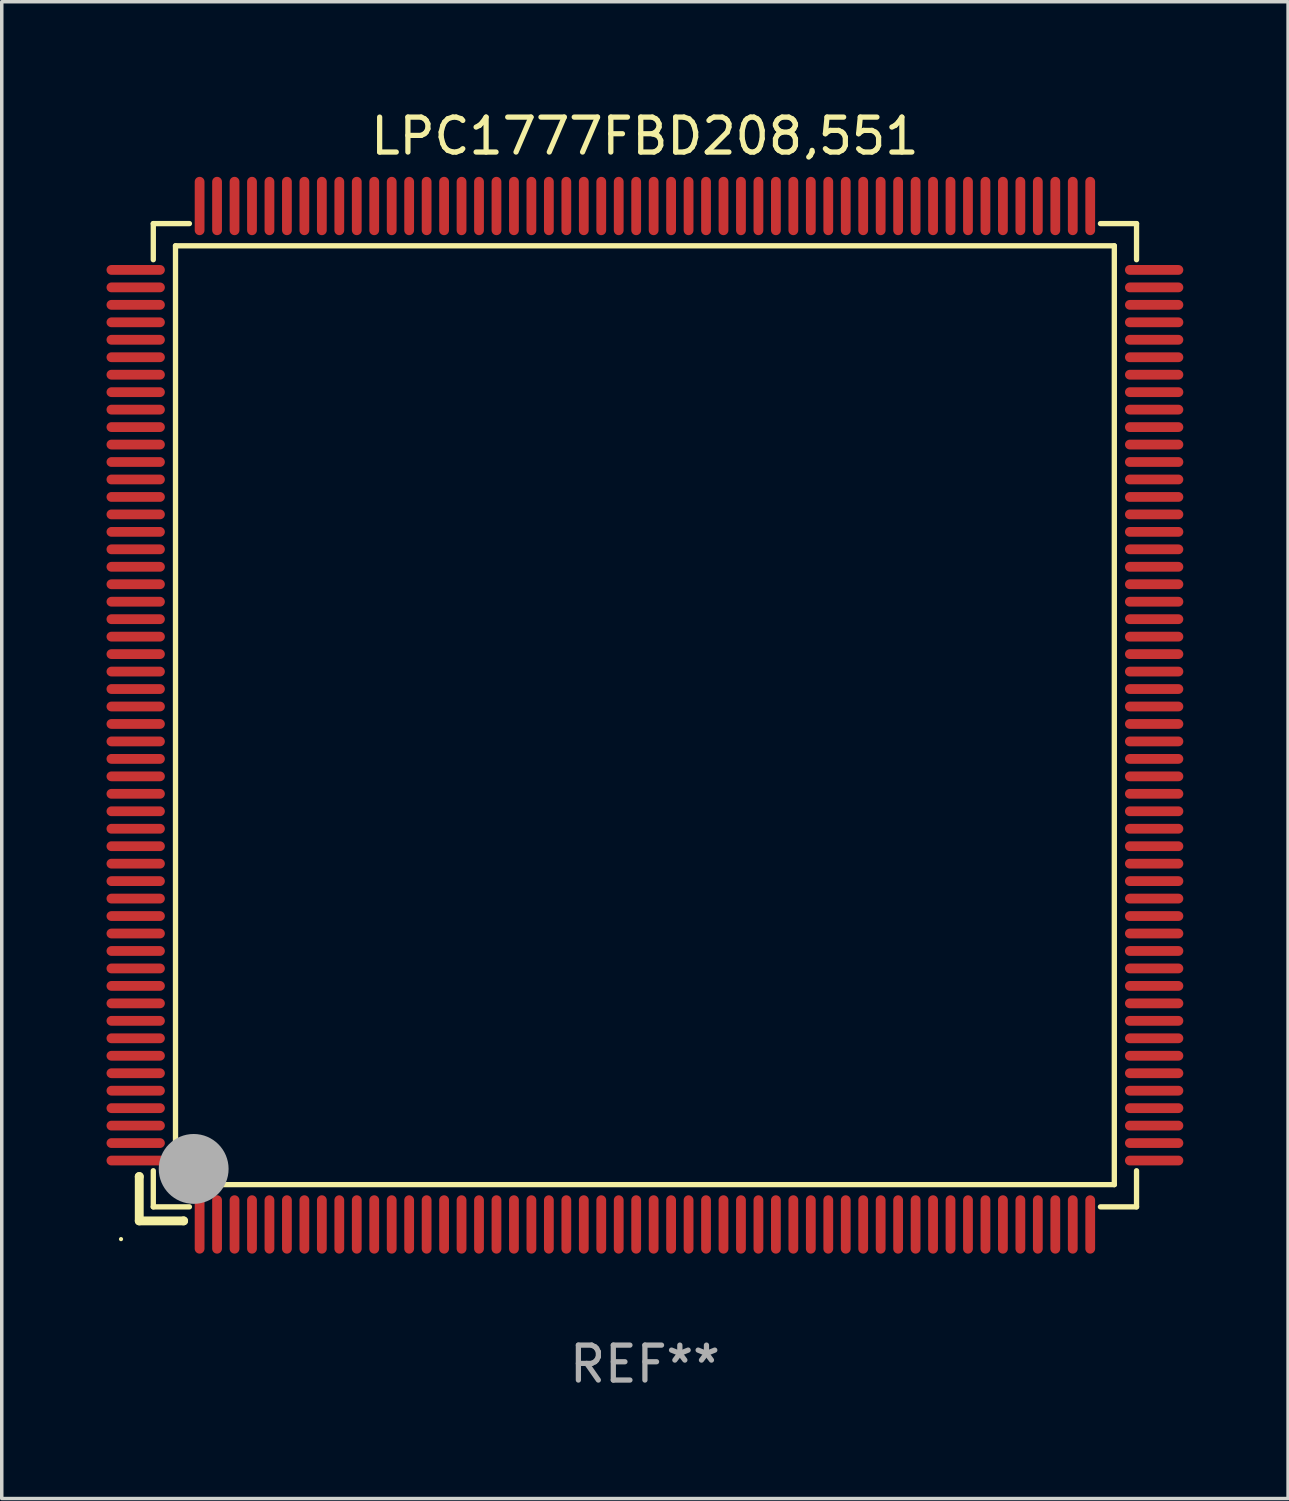
<source format=kicad_pcb>
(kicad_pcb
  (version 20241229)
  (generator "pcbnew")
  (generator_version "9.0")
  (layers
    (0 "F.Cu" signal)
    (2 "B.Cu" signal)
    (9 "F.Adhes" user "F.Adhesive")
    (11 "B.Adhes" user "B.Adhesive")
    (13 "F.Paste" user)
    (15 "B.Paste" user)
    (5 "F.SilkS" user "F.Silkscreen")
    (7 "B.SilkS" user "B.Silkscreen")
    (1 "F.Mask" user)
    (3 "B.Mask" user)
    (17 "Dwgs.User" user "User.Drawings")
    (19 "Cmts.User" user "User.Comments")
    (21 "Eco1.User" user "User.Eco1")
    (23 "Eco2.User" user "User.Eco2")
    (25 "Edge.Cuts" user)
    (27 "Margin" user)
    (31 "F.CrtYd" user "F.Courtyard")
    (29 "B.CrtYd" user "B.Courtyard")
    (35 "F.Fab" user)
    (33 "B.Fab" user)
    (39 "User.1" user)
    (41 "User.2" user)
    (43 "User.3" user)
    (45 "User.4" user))
  (footprint "LPC1777FBD208,551"
    (layer "F.Cu")
    (at 15.415 17.428)
    (property "Reference" "LPC1777FBD208,551" (at 0 -16.58 0) (layer "F.SilkS") (effects (font (size 1 1) (thickness 0.15))))
    (attr through_hole)
    (fp_line (start -14.478 13.208) (end -14.478 13.208) (stroke (width 0.254) (type solid)) (layer "F.SilkS"))
    (fp_line (start -14.478 13.208) (end -14.478 14.478) (stroke (width 0.254) (type solid)) (layer "F.SilkS"))
    (fp_line (start -14.478 14.478) (end -13.208 14.478) (stroke (width 0.254) (type solid)) (layer "F.SilkS"))
    (fp_line (start -14.076 -14.076) (end -14.076 -13.042) (stroke (width 0.152) (type solid)) (layer "F.SilkS"))
    (fp_line (start -14.076 14.076) (end -14.076 13.042) (stroke (width 0.152) (type solid)) (layer "F.SilkS"))
    (fp_line (start -13.44 -13.44) (end 13.44 -13.44) (stroke (width 0.152) (type solid)) (layer "F.SilkS"))
    (fp_line (start -13.44 13.44) (end -13.44 -13.44) (stroke (width 0.152) (type solid)) (layer "F.SilkS"))
    (fp_line (start -13.208 14.478) (end -13.208 14.478) (stroke (width 0.254) (type solid)) (layer "F.SilkS"))
    (fp_line (start -13.042 -14.076) (end -14.076 -14.076) (stroke (width 0.152) (type solid)) (layer "F.SilkS"))
    (fp_line (start -13.042 14.076) (end -14.076 14.076) (stroke (width 0.152) (type solid)) (layer "F.SilkS"))
    (fp_line (start 13.042 -14.076) (end 14.076 -14.076) (stroke (width 0.152) (type solid)) (layer "F.SilkS"))
    (fp_line (start 13.042 14.076) (end 14.076 14.076) (stroke (width 0.152) (type solid)) (layer "F.SilkS"))
    (fp_line (start 13.44 -13.44) (end 13.44 13.44) (stroke (width 0.152) (type solid)) (layer "F.SilkS"))
    (fp_line (start 13.44 13.44) (end -13.44 13.44) (stroke (width 0.152) (type solid)) (layer "F.SilkS"))
    (fp_line (start 14.076 -14.076) (end 14.076 -13.042) (stroke (width 0.152) (type solid)) (layer "F.SilkS"))
    (fp_line (start 14.076 14.076) (end 14.076 13.042) (stroke (width 0.152) (type solid)) (layer "F.SilkS"))
    (fp_circle (center -15 15) (end -14.97 15) (stroke (width 0.06) (type solid)) (fill no) (layer "F.SilkS"))
    (fp_circle (center -13.138 13.138) (end -13.063 13.138) (stroke (width 0.15) (type solid)) (fill no) (layer "F.SilkS"))
    (fp_circle (center -12.92 12.99) (end -12.42 12.99) (stroke (width 1) (type solid)) (fill no) (layer "F.Fab"))
    (fp_text user "REF**" (at 0 18.58 0) (layer "F.Fab") (effects (font (size 1 1) (thickness 0.15))))
    (pad "1" smd oval (at -12.75 14.58) (size 0.28 1.67) (layers "F.Cu" "F.Mask" "F.Paste"))
    (pad "2" smd oval (at -12.25 14.58) (size 0.28 1.67) (layers "F.Cu" "F.Mask" "F.Paste"))
    (pad "3" smd oval (at -11.75 14.58) (size 0.28 1.67) (layers "F.Cu" "F.Mask" "F.Paste"))
    (pad "4" smd oval (at -11.25 14.58) (size 0.28 1.67) (layers "F.Cu" "F.Mask" "F.Paste"))
    (pad "5" smd oval (at -10.75 14.58) (size 0.28 1.67) (layers "F.Cu" "F.Mask" "F.Paste"))
    (pad "6" smd oval (at -10.25 14.58) (size 0.28 1.67) (layers "F.Cu" "F.Mask" "F.Paste"))
    (pad "7" smd oval (at -9.75 14.58) (size 0.28 1.67) (layers "F.Cu" "F.Mask" "F.Paste"))
    (pad "8" smd oval (at -9.25 14.58) (size 0.28 1.67) (layers "F.Cu" "F.Mask" "F.Paste"))
    (pad "9" smd oval (at -8.75 14.58) (size 0.28 1.67) (layers "F.Cu" "F.Mask" "F.Paste"))
    (pad "10" smd oval (at -8.25 14.58) (size 0.28 1.67) (layers "F.Cu" "F.Mask" "F.Paste"))
    (pad "11" smd oval (at -7.75 14.58) (size 0.28 1.67) (layers "F.Cu" "F.Mask" "F.Paste"))
    (pad "12" smd oval (at -7.25 14.58) (size 0.28 1.67) (layers "F.Cu" "F.Mask" "F.Paste"))
    (pad "13" smd oval (at -6.75 14.58) (size 0.28 1.67) (layers "F.Cu" "F.Mask" "F.Paste"))
    (pad "14" smd oval (at -6.25 14.58) (size 0.28 1.67) (layers "F.Cu" "F.Mask" "F.Paste"))
    (pad "15" smd oval (at -5.75 14.58) (size 0.28 1.67) (layers "F.Cu" "F.Mask" "F.Paste"))
    (pad "16" smd oval (at -5.25 14.58) (size 0.28 1.67) (layers "F.Cu" "F.Mask" "F.Paste"))
    (pad "17" smd oval (at -4.75 14.58) (size 0.28 1.67) (layers "F.Cu" "F.Mask" "F.Paste"))
    (pad "18" smd oval (at -4.25 14.58) (size 0.28 1.67) (layers "F.Cu" "F.Mask" "F.Paste"))
    (pad "19" smd oval (at -3.75 14.58) (size 0.28 1.67) (layers "F.Cu" "F.Mask" "F.Paste"))
    (pad "20" smd oval (at -3.25 14.58) (size 0.28 1.67) (layers "F.Cu" "F.Mask" "F.Paste"))
    (pad "21" smd oval (at -2.75 14.58) (size 0.28 1.67) (layers "F.Cu" "F.Mask" "F.Paste"))
    (pad "22" smd oval (at -2.25 14.58) (size 0.28 1.67) (layers "F.Cu" "F.Mask" "F.Paste"))
    (pad "23" smd oval (at -1.75 14.58) (size 0.28 1.67) (layers "F.Cu" "F.Mask" "F.Paste"))
    (pad "24" smd oval (at -1.25 14.58) (size 0.28 1.67) (layers "F.Cu" "F.Mask" "F.Paste"))
    (pad "25" smd oval (at -0.75 14.58) (size 0.28 1.67) (layers "F.Cu" "F.Mask" "F.Paste"))
    (pad "26" smd oval (at -0.25 14.58) (size 0.28 1.67) (layers "F.Cu" "F.Mask" "F.Paste"))
    (pad "27" smd oval (at 0.25 14.58) (size 0.28 1.67) (layers "F.Cu" "F.Mask" "F.Paste"))
    (pad "28" smd oval (at 0.75 14.58) (size 0.28 1.67) (layers "F.Cu" "F.Mask" "F.Paste"))
    (pad "29" smd oval (at 1.25 14.58) (size 0.28 1.67) (layers "F.Cu" "F.Mask" "F.Paste"))
    (pad "30" smd oval (at 1.75 14.58) (size 0.28 1.67) (layers "F.Cu" "F.Mask" "F.Paste"))
    (pad "31" smd oval (at 2.25 14.58) (size 0.28 1.67) (layers "F.Cu" "F.Mask" "F.Paste"))
    (pad "32" smd oval (at 2.75 14.58) (size 0.28 1.67) (layers "F.Cu" "F.Mask" "F.Paste"))
    (pad "33" smd oval (at 3.25 14.58) (size 0.28 1.67) (layers "F.Cu" "F.Mask" "F.Paste"))
    (pad "34" smd oval (at 3.75 14.58) (size 0.28 1.67) (layers "F.Cu" "F.Mask" "F.Paste"))
    (pad "35" smd oval (at 4.25 14.58) (size 0.28 1.67) (layers "F.Cu" "F.Mask" "F.Paste"))
    (pad "36" smd oval (at 4.75 14.58) (size 0.28 1.67) (layers "F.Cu" "F.Mask" "F.Paste"))
    (pad "37" smd oval (at 5.25 14.58) (size 0.28 1.67) (layers "F.Cu" "F.Mask" "F.Paste"))
    (pad "38" smd oval (at 5.75 14.58) (size 0.28 1.67) (layers "F.Cu" "F.Mask" "F.Paste"))
    (pad "39" smd oval (at 6.25 14.58) (size 0.28 1.67) (layers "F.Cu" "F.Mask" "F.Paste"))
    (pad "40" smd oval (at 6.75 14.58) (size 0.28 1.67) (layers "F.Cu" "F.Mask" "F.Paste"))
    (pad "41" smd oval (at 7.25 14.58) (size 0.28 1.67) (layers "F.Cu" "F.Mask" "F.Paste"))
    (pad "42" smd oval (at 7.75 14.58) (size 0.28 1.67) (layers "F.Cu" "F.Mask" "F.Paste"))
    (pad "43" smd oval (at 8.25 14.58) (size 0.28 1.67) (layers "F.Cu" "F.Mask" "F.Paste"))
    (pad "44" smd oval (at 8.75 14.58) (size 0.28 1.67) (layers "F.Cu" "F.Mask" "F.Paste"))
    (pad "45" smd oval (at 9.25 14.58) (size 0.28 1.67) (layers "F.Cu" "F.Mask" "F.Paste"))
    (pad "46" smd oval (at 9.75 14.58) (size 0.28 1.67) (layers "F.Cu" "F.Mask" "F.Paste"))
    (pad "47" smd oval (at 10.25 14.58) (size 0.28 1.67) (layers "F.Cu" "F.Mask" "F.Paste"))
    (pad "48" smd oval (at 10.75 14.58) (size 0.28 1.67) (layers "F.Cu" "F.Mask" "F.Paste"))
    (pad "49" smd oval (at 11.25 14.58) (size 0.28 1.67) (layers "F.Cu" "F.Mask" "F.Paste"))
    (pad "50" smd oval (at 11.75 14.58) (size 0.28 1.67) (layers "F.Cu" "F.Mask" "F.Paste"))
    (pad "51" smd oval (at 12.25 14.58) (size 0.28 1.67) (layers "F.Cu" "F.Mask" "F.Paste"))
    (pad "52" smd oval (at 12.75 14.58) (size 0.28 1.67) (layers "F.Cu" "F.Mask" "F.Paste"))
    (pad "53" smd oval (at 14.58 12.75) (size 1.67 0.28) (layers "F.Cu" "F.Mask" "F.Paste"))
    (pad "54" smd oval (at 14.58 12.25) (size 1.67 0.28) (layers "F.Cu" "F.Mask" "F.Paste"))
    (pad "55" smd oval (at 14.58 11.75) (size 1.67 0.28) (layers "F.Cu" "F.Mask" "F.Paste"))
    (pad "56" smd oval (at 14.58 11.25) (size 1.67 0.28) (layers "F.Cu" "F.Mask" "F.Paste"))
    (pad "57" smd oval (at 14.58 10.75) (size 1.67 0.28) (layers "F.Cu" "F.Mask" "F.Paste"))
    (pad "58" smd oval (at 14.58 10.25) (size 1.67 0.28) (layers "F.Cu" "F.Mask" "F.Paste"))
    (pad "59" smd oval (at 14.58 9.75) (size 1.67 0.28) (layers "F.Cu" "F.Mask" "F.Paste"))
    (pad "60" smd oval (at 14.58 9.25) (size 1.67 0.28) (layers "F.Cu" "F.Mask" "F.Paste"))
    (pad "61" smd oval (at 14.58 8.75) (size 1.67 0.28) (layers "F.Cu" "F.Mask" "F.Paste"))
    (pad "62" smd oval (at 14.58 8.25) (size 1.67 0.28) (layers "F.Cu" "F.Mask" "F.Paste"))
    (pad "63" smd oval (at 14.58 7.75) (size 1.67 0.28) (layers "F.Cu" "F.Mask" "F.Paste"))
    (pad "64" smd oval (at 14.58 7.25) (size 1.67 0.28) (layers "F.Cu" "F.Mask" "F.Paste"))
    (pad "65" smd oval (at 14.58 6.75) (size 1.67 0.28) (layers "F.Cu" "F.Mask" "F.Paste"))
    (pad "66" smd oval (at 14.58 6.25) (size 1.67 0.28) (layers "F.Cu" "F.Mask" "F.Paste"))
    (pad "67" smd oval (at 14.58 5.75) (size 1.67 0.28) (layers "F.Cu" "F.Mask" "F.Paste"))
    (pad "68" smd oval (at 14.58 5.25) (size 1.67 0.28) (layers "F.Cu" "F.Mask" "F.Paste"))
    (pad "69" smd oval (at 14.58 4.75) (size 1.67 0.28) (layers "F.Cu" "F.Mask" "F.Paste"))
    (pad "70" smd oval (at 14.58 4.25) (size 1.67 0.28) (layers "F.Cu" "F.Mask" "F.Paste"))
    (pad "71" smd oval (at 14.58 3.75) (size 1.67 0.28) (layers "F.Cu" "F.Mask" "F.Paste"))
    (pad "72" smd oval (at 14.58 3.25) (size 1.67 0.28) (layers "F.Cu" "F.Mask" "F.Paste"))
    (pad "73" smd oval (at 14.58 2.75) (size 1.67 0.28) (layers "F.Cu" "F.Mask" "F.Paste"))
    (pad "74" smd oval (at 14.58 2.25) (size 1.67 0.28) (layers "F.Cu" "F.Mask" "F.Paste"))
    (pad "75" smd oval (at 14.58 1.75) (size 1.67 0.28) (layers "F.Cu" "F.Mask" "F.Paste"))
    (pad "76" smd oval (at 14.58 1.25) (size 1.67 0.28) (layers "F.Cu" "F.Mask" "F.Paste"))
    (pad "77" smd oval (at 14.58 0.75) (size 1.67 0.28) (layers "F.Cu" "F.Mask" "F.Paste"))
    (pad "78" smd oval (at 14.58 0.25) (size 1.67 0.28) (layers "F.Cu" "F.Mask" "F.Paste"))
    (pad "79" smd oval (at 14.58 -0.25) (size 1.67 0.28) (layers "F.Cu" "F.Mask" "F.Paste"))
    (pad "80" smd oval (at 14.58 -0.75) (size 1.67 0.28) (layers "F.Cu" "F.Mask" "F.Paste"))
    (pad "81" smd oval (at 14.58 -1.25) (size 1.67 0.28) (layers "F.Cu" "F.Mask" "F.Paste"))
    (pad "82" smd oval (at 14.58 -1.75) (size 1.67 0.28) (layers "F.Cu" "F.Mask" "F.Paste"))
    (pad "83" smd oval (at 14.58 -2.25) (size 1.67 0.28) (layers "F.Cu" "F.Mask" "F.Paste"))
    (pad "84" smd oval (at 14.58 -2.75) (size 1.67 0.28) (layers "F.Cu" "F.Mask" "F.Paste"))
    (pad "85" smd oval (at 14.58 -3.25) (size 1.67 0.28) (layers "F.Cu" "F.Mask" "F.Paste"))
    (pad "86" smd oval (at 14.58 -3.75) (size 1.67 0.28) (layers "F.Cu" "F.Mask" "F.Paste"))
    (pad "87" smd oval (at 14.58 -4.25) (size 1.67 0.28) (layers "F.Cu" "F.Mask" "F.Paste"))
    (pad "88" smd oval (at 14.58 -4.75) (size 1.67 0.28) (layers "F.Cu" "F.Mask" "F.Paste"))
    (pad "89" smd oval (at 14.58 -5.25) (size 1.67 0.28) (layers "F.Cu" "F.Mask" "F.Paste"))
    (pad "90" smd oval (at 14.58 -5.75) (size 1.67 0.28) (layers "F.Cu" "F.Mask" "F.Paste"))
    (pad "91" smd oval (at 14.58 -6.25) (size 1.67 0.28) (layers "F.Cu" "F.Mask" "F.Paste"))
    (pad "92" smd oval (at 14.58 -6.75) (size 1.67 0.28) (layers "F.Cu" "F.Mask" "F.Paste"))
    (pad "93" smd oval (at 14.58 -7.25) (size 1.67 0.28) (layers "F.Cu" "F.Mask" "F.Paste"))
    (pad "94" smd oval (at 14.58 -7.75) (size 1.67 0.28) (layers "F.Cu" "F.Mask" "F.Paste"))
    (pad "95" smd oval (at 14.58 -8.25) (size 1.67 0.28) (layers "F.Cu" "F.Mask" "F.Paste"))
    (pad "96" smd oval (at 14.58 -8.75) (size 1.67 0.28) (layers "F.Cu" "F.Mask" "F.Paste"))
    (pad "97" smd oval (at 14.58 -9.25) (size 1.67 0.28) (layers "F.Cu" "F.Mask" "F.Paste"))
    (pad "98" smd oval (at 14.58 -9.75) (size 1.67 0.28) (layers "F.Cu" "F.Mask" "F.Paste"))
    (pad "99" smd oval (at 14.58 -10.25) (size 1.67 0.28) (layers "F.Cu" "F.Mask" "F.Paste"))
    (pad "100" smd oval (at 14.58 -10.75) (size 1.67 0.28) (layers "F.Cu" "F.Mask" "F.Paste"))
    (pad "101" smd oval (at 14.58 -11.25) (size 1.67 0.28) (layers "F.Cu" "F.Mask" "F.Paste"))
    (pad "102" smd oval (at 14.58 -11.75) (size 1.67 0.28) (layers "F.Cu" "F.Mask" "F.Paste"))
    (pad "103" smd oval (at 14.58 -12.25) (size 1.67 0.28) (layers "F.Cu" "F.Mask" "F.Paste"))
    (pad "104" smd oval (at 14.58 -12.75) (size 1.67 0.28) (layers "F.Cu" "F.Mask" "F.Paste"))
    (pad "105" smd oval (at 12.75 -14.58) (size 0.28 1.67) (layers "F.Cu" "F.Mask" "F.Paste"))
    (pad "106" smd oval (at 12.25 -14.58) (size 0.28 1.67) (layers "F.Cu" "F.Mask" "F.Paste"))
    (pad "107" smd oval (at 11.75 -14.58) (size 0.28 1.67) (layers "F.Cu" "F.Mask" "F.Paste"))
    (pad "108" smd oval (at 11.25 -14.58) (size 0.28 1.67) (layers "F.Cu" "F.Mask" "F.Paste"))
    (pad "109" smd oval (at 10.75 -14.58) (size 0.28 1.67) (layers "F.Cu" "F.Mask" "F.Paste"))
    (pad "110" smd oval (at 10.25 -14.58) (size 0.28 1.67) (layers "F.Cu" "F.Mask" "F.Paste"))
    (pad "111" smd oval (at 9.75 -14.58) (size 0.28 1.67) (layers "F.Cu" "F.Mask" "F.Paste"))
    (pad "112" smd oval (at 9.25 -14.58) (size 0.28 1.67) (layers "F.Cu" "F.Mask" "F.Paste"))
    (pad "113" smd oval (at 8.75 -14.58) (size 0.28 1.67) (layers "F.Cu" "F.Mask" "F.Paste"))
    (pad "114" smd oval (at 8.25 -14.58) (size 0.28 1.67) (layers "F.Cu" "F.Mask" "F.Paste"))
    (pad "115" smd oval (at 7.75 -14.58) (size 0.28 1.67) (layers "F.Cu" "F.Mask" "F.Paste"))
    (pad "116" smd oval (at 7.25 -14.58) (size 0.28 1.67) (layers "F.Cu" "F.Mask" "F.Paste"))
    (pad "117" smd oval (at 6.75 -14.58) (size 0.28 1.67) (layers "F.Cu" "F.Mask" "F.Paste"))
    (pad "118" smd oval (at 6.25 -14.58) (size 0.28 1.67) (layers "F.Cu" "F.Mask" "F.Paste"))
    (pad "119" smd oval (at 5.75 -14.58) (size 0.28 1.67) (layers "F.Cu" "F.Mask" "F.Paste"))
    (pad "120" smd oval (at 5.25 -14.58) (size 0.28 1.67) (layers "F.Cu" "F.Mask" "F.Paste"))
    (pad "121" smd oval (at 4.75 -14.58) (size 0.28 1.67) (layers "F.Cu" "F.Mask" "F.Paste"))
    (pad "122" smd oval (at 4.25 -14.58) (size 0.28 1.67) (layers "F.Cu" "F.Mask" "F.Paste"))
    (pad "123" smd oval (at 3.75 -14.58) (size 0.28 1.67) (layers "F.Cu" "F.Mask" "F.Paste"))
    (pad "124" smd oval (at 3.25 -14.58) (size 0.28 1.67) (layers "F.Cu" "F.Mask" "F.Paste"))
    (pad "125" smd oval (at 2.75 -14.58) (size 0.28 1.67) (layers "F.Cu" "F.Mask" "F.Paste"))
    (pad "126" smd oval (at 2.25 -14.58) (size 0.28 1.67) (layers "F.Cu" "F.Mask" "F.Paste"))
    (pad "127" smd oval (at 1.75 -14.58) (size 0.28 1.67) (layers "F.Cu" "F.Mask" "F.Paste"))
    (pad "128" smd oval (at 1.25 -14.58) (size 0.28 1.67) (layers "F.Cu" "F.Mask" "F.Paste"))
    (pad "129" smd oval (at 0.75 -14.58) (size 0.28 1.67) (layers "F.Cu" "F.Mask" "F.Paste"))
    (pad "130" smd oval (at 0.25 -14.58) (size 0.28 1.67) (layers "F.Cu" "F.Mask" "F.Paste"))
    (pad "131" smd oval (at -0.25 -14.58) (size 0.28 1.67) (layers "F.Cu" "F.Mask" "F.Paste"))
    (pad "132" smd oval (at -0.75 -14.58) (size 0.28 1.67) (layers "F.Cu" "F.Mask" "F.Paste"))
    (pad "133" smd oval (at -1.25 -14.58) (size 0.28 1.67) (layers "F.Cu" "F.Mask" "F.Paste"))
    (pad "134" smd oval (at -1.75 -14.58) (size 0.28 1.67) (layers "F.Cu" "F.Mask" "F.Paste"))
    (pad "135" smd oval (at -2.25 -14.58) (size 0.28 1.67) (layers "F.Cu" "F.Mask" "F.Paste"))
    (pad "136" smd oval (at -2.75 -14.58) (size 0.28 1.67) (layers "F.Cu" "F.Mask" "F.Paste"))
    (pad "137" smd oval (at -3.25 -14.58) (size 0.28 1.67) (layers "F.Cu" "F.Mask" "F.Paste"))
    (pad "138" smd oval (at -3.75 -14.58) (size 0.28 1.67) (layers "F.Cu" "F.Mask" "F.Paste"))
    (pad "139" smd oval (at -4.25 -14.58) (size 0.28 1.67) (layers "F.Cu" "F.Mask" "F.Paste"))
    (pad "140" smd oval (at -4.75 -14.58) (size 0.28 1.67) (layers "F.Cu" "F.Mask" "F.Paste"))
    (pad "141" smd oval (at -5.25 -14.58) (size 0.28 1.67) (layers "F.Cu" "F.Mask" "F.Paste"))
    (pad "142" smd oval (at -5.75 -14.58) (size 0.28 1.67) (layers "F.Cu" "F.Mask" "F.Paste"))
    (pad "143" smd oval (at -6.25 -14.58) (size 0.28 1.67) (layers "F.Cu" "F.Mask" "F.Paste"))
    (pad "144" smd oval (at -6.75 -14.58) (size 0.28 1.67) (layers "F.Cu" "F.Mask" "F.Paste"))
    (pad "145" smd oval (at -7.25 -14.58) (size 0.28 1.67) (layers "F.Cu" "F.Mask" "F.Paste"))
    (pad "146" smd oval (at -7.75 -14.58) (size 0.28 1.67) (layers "F.Cu" "F.Mask" "F.Paste"))
    (pad "147" smd oval (at -8.25 -14.58) (size 0.28 1.67) (layers "F.Cu" "F.Mask" "F.Paste"))
    (pad "148" smd oval (at -8.75 -14.58) (size 0.28 1.67) (layers "F.Cu" "F.Mask" "F.Paste"))
    (pad "149" smd oval (at -9.25 -14.58) (size 0.28 1.67) (layers "F.Cu" "F.Mask" "F.Paste"))
    (pad "150" smd oval (at -9.75 -14.58) (size 0.28 1.67) (layers "F.Cu" "F.Mask" "F.Paste"))
    (pad "151" smd oval (at -10.25 -14.58) (size 0.28 1.67) (layers "F.Cu" "F.Mask" "F.Paste"))
    (pad "152" smd oval (at -10.75 -14.58) (size 0.28 1.67) (layers "F.Cu" "F.Mask" "F.Paste"))
    (pad "153" smd oval (at -11.25 -14.58) (size 0.28 1.67) (layers "F.Cu" "F.Mask" "F.Paste"))
    (pad "154" smd oval (at -11.75 -14.58) (size 0.28 1.67) (layers "F.Cu" "F.Mask" "F.Paste"))
    (pad "155" smd oval (at -12.25 -14.58) (size 0.28 1.67) (layers "F.Cu" "F.Mask" "F.Paste"))
    (pad "156" smd oval (at -12.75 -14.58) (size 0.28 1.67) (layers "F.Cu" "F.Mask" "F.Paste"))
    (pad "157" smd oval (at -14.58 -12.75) (size 1.67 0.28) (layers "F.Cu" "F.Mask" "F.Paste"))
    (pad "158" smd oval (at -14.58 -12.25) (size 1.67 0.28) (layers "F.Cu" "F.Mask" "F.Paste"))
    (pad "159" smd oval (at -14.58 -11.75) (size 1.67 0.28) (layers "F.Cu" "F.Mask" "F.Paste"))
    (pad "160" smd oval (at -14.58 -11.25) (size 1.67 0.28) (layers "F.Cu" "F.Mask" "F.Paste"))
    (pad "161" smd oval (at -14.58 -10.75) (size 1.67 0.28) (layers "F.Cu" "F.Mask" "F.Paste"))
    (pad "162" smd oval (at -14.58 -10.25) (size 1.67 0.28) (layers "F.Cu" "F.Mask" "F.Paste"))
    (pad "163" smd oval (at -14.58 -9.75) (size 1.67 0.28) (layers "F.Cu" "F.Mask" "F.Paste"))
    (pad "164" smd oval (at -14.58 -9.25) (size 1.67 0.28) (layers "F.Cu" "F.Mask" "F.Paste"))
    (pad "165" smd oval (at -14.58 -8.75) (size 1.67 0.28) (layers "F.Cu" "F.Mask" "F.Paste"))
    (pad "166" smd oval (at -14.58 -8.25) (size 1.67 0.28) (layers "F.Cu" "F.Mask" "F.Paste"))
    (pad "167" smd oval (at -14.58 -7.75) (size 1.67 0.28) (layers "F.Cu" "F.Mask" "F.Paste"))
    (pad "168" smd oval (at -14.58 -7.25) (size 1.67 0.28) (layers "F.Cu" "F.Mask" "F.Paste"))
    (pad "169" smd oval (at -14.58 -6.75) (size 1.67 0.28) (layers "F.Cu" "F.Mask" "F.Paste"))
    (pad "170" smd oval (at -14.58 -6.25) (size 1.67 0.28) (layers "F.Cu" "F.Mask" "F.Paste"))
    (pad "171" smd oval (at -14.58 -5.75) (size 1.67 0.28) (layers "F.Cu" "F.Mask" "F.Paste"))
    (pad "172" smd oval (at -14.58 -5.25) (size 1.67 0.28) (layers "F.Cu" "F.Mask" "F.Paste"))
    (pad "173" smd oval (at -14.58 -4.75) (size 1.67 0.28) (layers "F.Cu" "F.Mask" "F.Paste"))
    (pad "174" smd oval (at -14.58 -4.25) (size 1.67 0.28) (layers "F.Cu" "F.Mask" "F.Paste"))
    (pad "175" smd oval (at -14.58 -3.75) (size 1.67 0.28) (layers "F.Cu" "F.Mask" "F.Paste"))
    (pad "176" smd oval (at -14.58 -3.25) (size 1.67 0.28) (layers "F.Cu" "F.Mask" "F.Paste"))
    (pad "177" smd oval (at -14.58 -2.75) (size 1.67 0.28) (layers "F.Cu" "F.Mask" "F.Paste"))
    (pad "178" smd oval (at -14.58 -2.25) (size 1.67 0.28) (layers "F.Cu" "F.Mask" "F.Paste"))
    (pad "179" smd oval (at -14.58 -1.75) (size 1.67 0.28) (layers "F.Cu" "F.Mask" "F.Paste"))
    (pad "180" smd oval (at -14.58 -1.25) (size 1.67 0.28) (layers "F.Cu" "F.Mask" "F.Paste"))
    (pad "181" smd oval (at -14.58 -0.75) (size 1.67 0.28) (layers "F.Cu" "F.Mask" "F.Paste"))
    (pad "182" smd oval (at -14.58 -0.25) (size 1.67 0.28) (layers "F.Cu" "F.Mask" "F.Paste"))
    (pad "183" smd oval (at -14.58 0.25) (size 1.67 0.28) (layers "F.Cu" "F.Mask" "F.Paste"))
    (pad "184" smd oval (at -14.58 0.75) (size 1.67 0.28) (layers "F.Cu" "F.Mask" "F.Paste"))
    (pad "185" smd oval (at -14.58 1.25) (size 1.67 0.28) (layers "F.Cu" "F.Mask" "F.Paste"))
    (pad "186" smd oval (at -14.58 1.75) (size 1.67 0.28) (layers "F.Cu" "F.Mask" "F.Paste"))
    (pad "187" smd oval (at -14.58 2.25) (size 1.67 0.28) (layers "F.Cu" "F.Mask" "F.Paste"))
    (pad "188" smd oval (at -14.58 2.75) (size 1.67 0.28) (layers "F.Cu" "F.Mask" "F.Paste"))
    (pad "189" smd oval (at -14.58 3.25) (size 1.67 0.28) (layers "F.Cu" "F.Mask" "F.Paste"))
    (pad "190" smd oval (at -14.58 3.75) (size 1.67 0.28) (layers "F.Cu" "F.Mask" "F.Paste"))
    (pad "191" smd oval (at -14.58 4.25) (size 1.67 0.28) (layers "F.Cu" "F.Mask" "F.Paste"))
    (pad "192" smd oval (at -14.58 4.75) (size 1.67 0.28) (layers "F.Cu" "F.Mask" "F.Paste"))
    (pad "193" smd oval (at -14.58 5.25) (size 1.67 0.28) (layers "F.Cu" "F.Mask" "F.Paste"))
    (pad "194" smd oval (at -14.58 5.75) (size 1.67 0.28) (layers "F.Cu" "F.Mask" "F.Paste"))
    (pad "195" smd oval (at -14.58 6.25) (size 1.67 0.28) (layers "F.Cu" "F.Mask" "F.Paste"))
    (pad "196" smd oval (at -14.58 6.75) (size 1.67 0.28) (layers "F.Cu" "F.Mask" "F.Paste"))
    (pad "197" smd oval (at -14.58 7.25) (size 1.67 0.28) (layers "F.Cu" "F.Mask" "F.Paste"))
    (pad "198" smd oval (at -14.58 7.75) (size 1.67 0.28) (layers "F.Cu" "F.Mask" "F.Paste"))
    (pad "199" smd oval (at -14.58 8.25) (size 1.67 0.28) (layers "F.Cu" "F.Mask" "F.Paste"))
    (pad "200" smd oval (at -14.58 8.75) (size 1.67 0.28) (layers "F.Cu" "F.Mask" "F.Paste"))
    (pad "201" smd oval (at -14.58 9.25) (size 1.67 0.28) (layers "F.Cu" "F.Mask" "F.Paste"))
    (pad "202" smd oval (at -14.58 9.75) (size 1.67 0.28) (layers "F.Cu" "F.Mask" "F.Paste"))
    (pad "203" smd oval (at -14.58 10.25) (size 1.67 0.28) (layers "F.Cu" "F.Mask" "F.Paste"))
    (pad "204" smd oval (at -14.58 10.75) (size 1.67 0.28) (layers "F.Cu" "F.Mask" "F.Paste"))
    (pad "205" smd oval (at -14.58 11.25) (size 1.67 0.28) (layers "F.Cu" "F.Mask" "F.Paste"))
    (pad "206" smd oval (at -14.58 11.75) (size 1.67 0.28) (layers "F.Cu" "F.Mask" "F.Paste"))
    (pad "207" smd oval (at -14.58 12.25) (size 1.67 0.28) (layers "F.Cu" "F.Mask" "F.Paste"))
    (pad "208" smd oval (at -14.58 12.75) (size 1.67 0.28) (layers "F.Cu" "F.Mask" "F.Paste")))
  (gr_rect
    (start -3 -3)
    (end 33.83 39.856)
    (stroke (width 0.1) (type default))
    (fill no)
    (layer "Edge.Cuts")))
</source>
